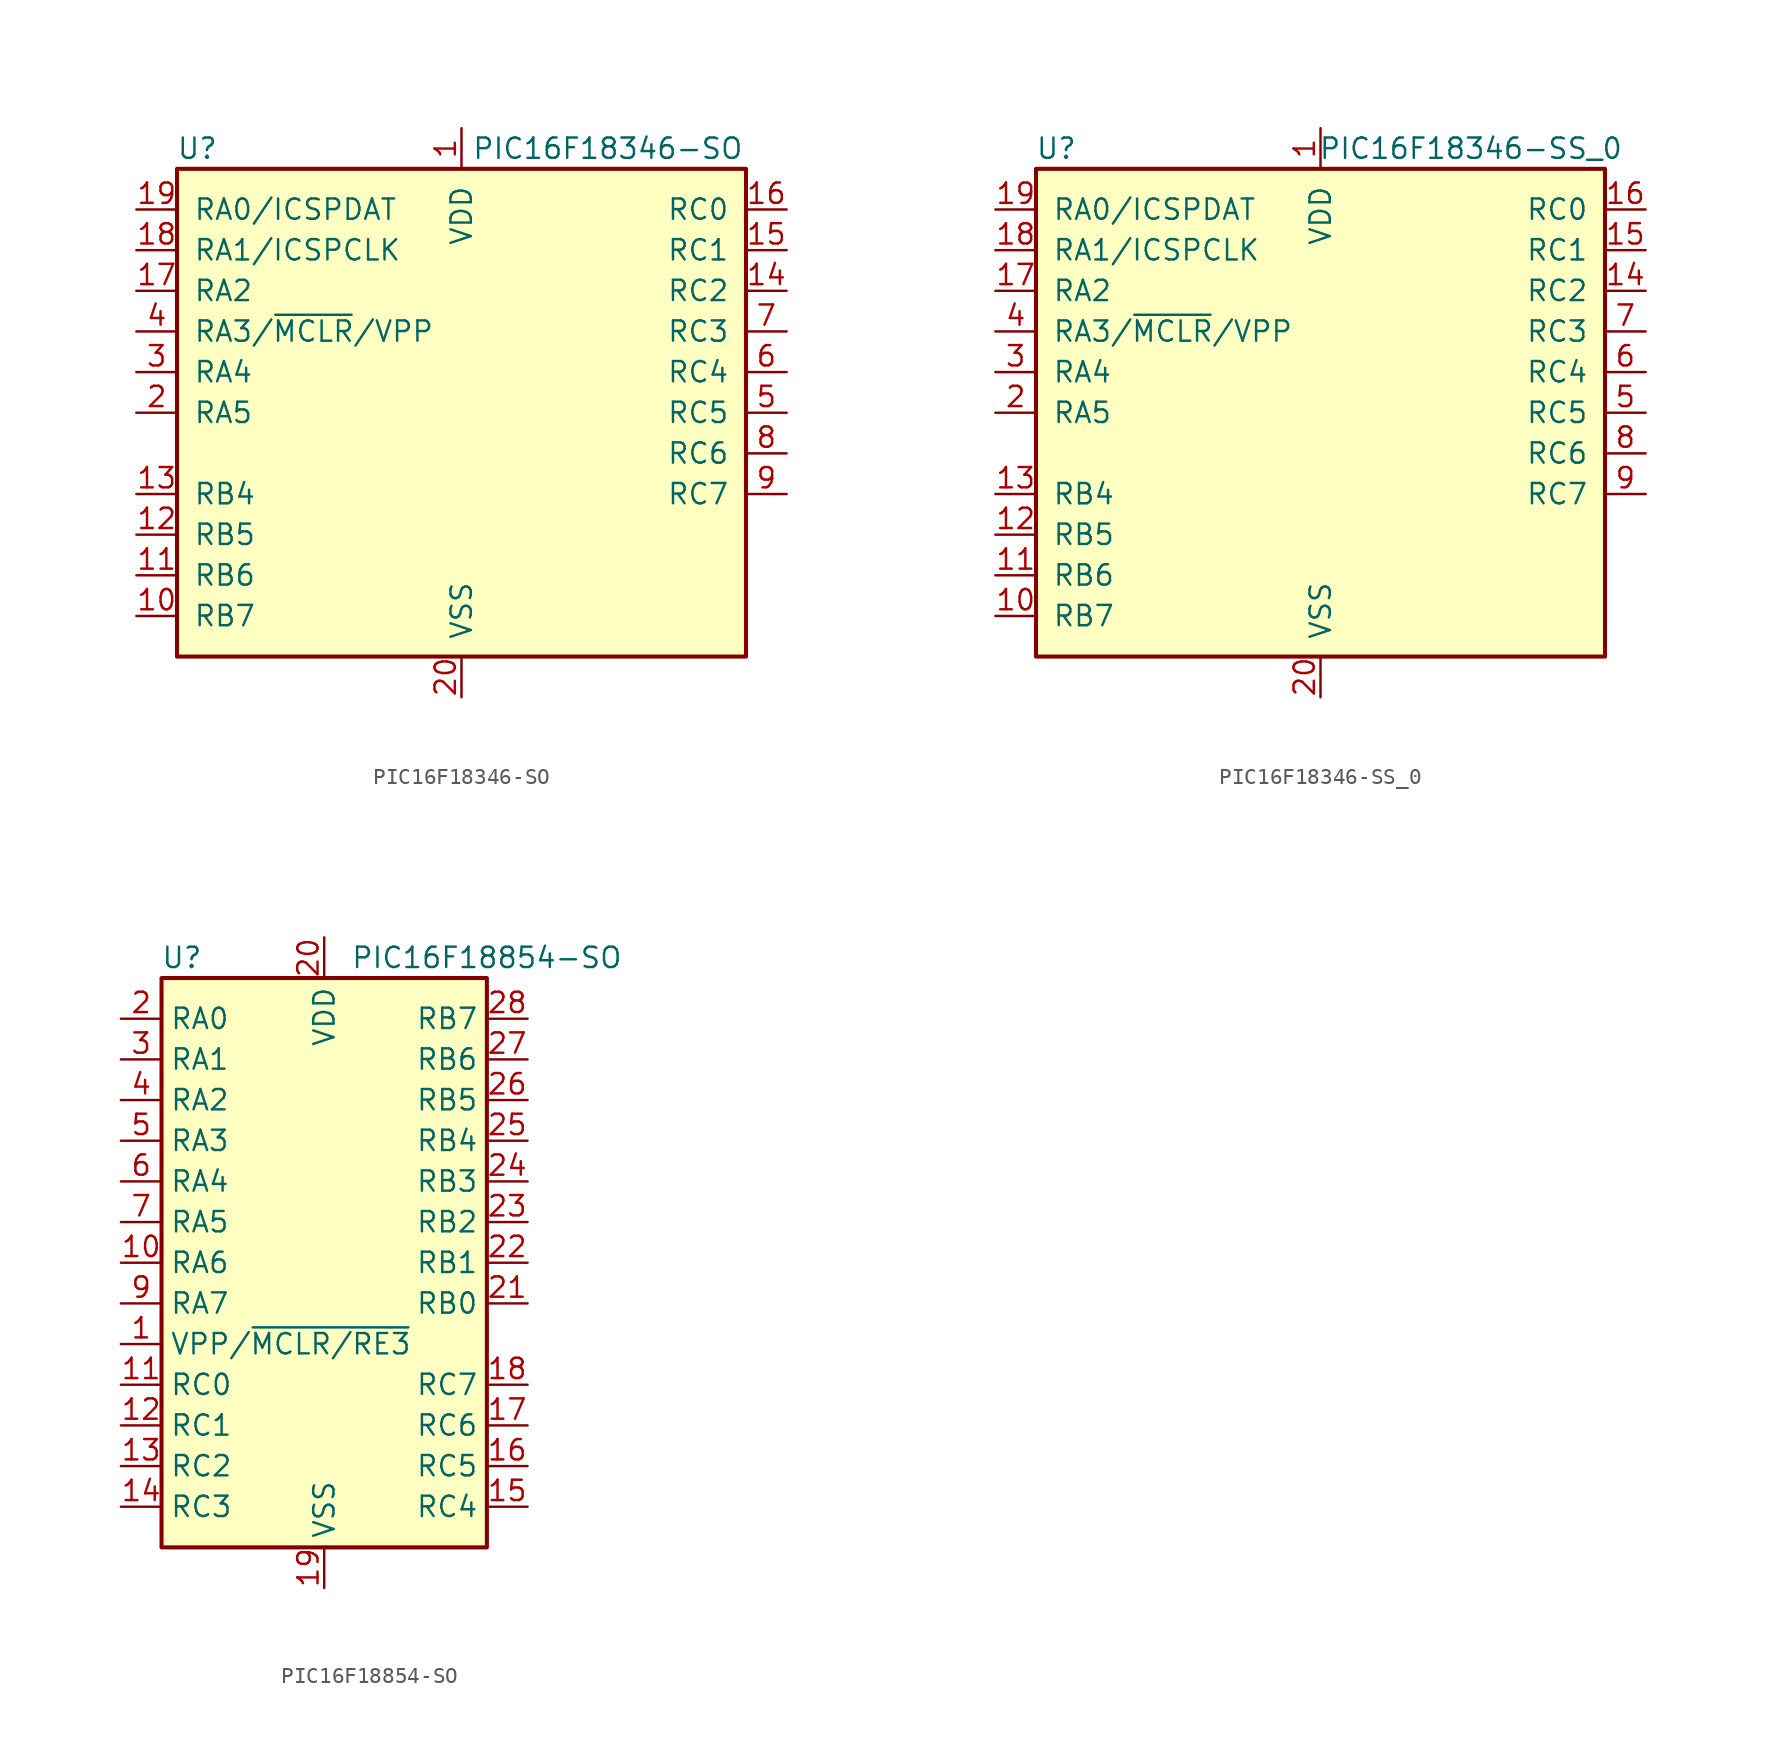
<source format=kicad_sym>
(kicad_symbol_lib
  (version 20201005)
  (generator kicad_symbol_editor)
  (symbol "PIC16F18346-SO"
    (pin_names
      (offset 1.016))
    (property "Reference" "U"
      (at -16.51 16.51 0)
      (effects (font (size 1.27 1.27))))
    (property "Value" "PIC16F18346-SO"
      (at 9.144 16.51 0)
      (effects (font (size 1.27 1.27))))
    (symbol "PIC16F18346-SO_0_1"
      (rectangle (start -17.78 15.24) (end 17.78 -15.24) (stroke (width 0.254)) (fill (type background))))
    (symbol "PIC16F18346-SO_1_1"
      (pin power_in line (at 0 17.78 270) (length 2.54) (name "VDD" (effects (font (size 1.27 1.27)))) (number "1" (effects (font (size 1.27 1.27)))))
      (pin bidirectional line (at -20.32 -12.7 0) (length 2.54) (name "RB7" (effects (font (size 1.27 1.27)))) (number "10" (effects (font (size 1.27 1.27)))))
      (pin bidirectional line (at -20.32 -10.16 0) (length 2.54) (name "RB6" (effects (font (size 1.27 1.27)))) (number "11" (effects (font (size 1.27 1.27)))))
      (pin bidirectional line (at -20.32 -7.62 0) (length 2.54) (name "RB5" (effects (font (size 1.27 1.27)))) (number "12" (effects (font (size 1.27 1.27)))))
      (pin bidirectional line (at -20.32 -5.08 0) (length 2.54) (name "RB4" (effects (font (size 1.27 1.27)))) (number "13" (effects (font (size 1.27 1.27)))))
      (pin bidirectional line (at 20.32 7.62 180) (length 2.54) (name "RC2" (effects (font (size 1.27 1.27)))) (number "14" (effects (font (size 1.27 1.27)))))
      (pin bidirectional line (at 20.32 10.16 180) (length 2.54) (name "RC1" (effects (font (size 1.27 1.27)))) (number "15" (effects (font (size 1.27 1.27)))))
      (pin bidirectional line (at 20.32 12.7 180) (length 2.54) (name "RC0" (effects (font (size 1.27 1.27)))) (number "16" (effects (font (size 1.27 1.27)))))
      (pin bidirectional line (at -20.32 7.62 0) (length 2.54) (name "RA2" (effects (font (size 1.27 1.27)))) (number "17" (effects (font (size 1.27 1.27)))))
      (pin bidirectional line (at -20.32 10.16 0) (length 2.54) (name "RA1/ICSPCLK" (effects (font (size 1.27 1.27)))) (number "18" (effects (font (size 1.27 1.27)))))
      (pin bidirectional line (at -20.32 12.7 0) (length 2.54) (name "RA0/ICSPDAT" (effects (font (size 1.27 1.27)))) (number "19" (effects (font (size 1.27 1.27)))))
      (pin bidirectional line (at -20.32 0 0) (length 2.54) (name "RA5" (effects (font (size 1.27 1.27)))) (number "2" (effects (font (size 1.27 1.27)))))
      (pin power_in line (at 0 -17.78 90) (length 2.54) (name "VSS" (effects (font (size 1.27 1.27)))) (number "20" (effects (font (size 1.27 1.27)))))
      (pin bidirectional line (at -20.32 2.54 0) (length 2.54) (name "RA4" (effects (font (size 1.27 1.27)))) (number "3" (effects (font (size 1.27 1.27)))))
      (pin bidirectional line (at -20.32 5.08 0) (length 2.54) (name "RA3/~MCLR~/VPP" (effects (font (size 1.27 1.27)))) (number "4" (effects (font (size 1.27 1.27)))))
      (pin bidirectional line (at 20.32 0 180) (length 2.54) (name "RC5" (effects (font (size 1.27 1.27)))) (number "5" (effects (font (size 1.27 1.27)))))
      (pin bidirectional line (at 20.32 2.54 180) (length 2.54) (name "RC4" (effects (font (size 1.27 1.27)))) (number "6" (effects (font (size 1.27 1.27)))))
      (pin bidirectional line (at 20.32 5.08 180) (length 2.54) (name "RC3" (effects (font (size 1.27 1.27)))) (number "7" (effects (font (size 1.27 1.27)))))
      (pin bidirectional line (at 20.32 -2.54 180) (length 2.54) (name "RC6" (effects (font (size 1.27 1.27)))) (number "8" (effects (font (size 1.27 1.27)))))
      (pin bidirectional line (at 20.32 -5.08 180) (length 2.54) (name "RC7" (effects (font (size 1.27 1.27)))) (number "9" (effects (font (size 1.27 1.27)))))))
  (symbol "PIC16F18346-SS_0"
    (pin_names
      (offset 1.016))
    (property "Reference" "U"
      (at -16.51 16.51 0)
      (effects (font (size 1.27 1.27))))
    (property "Value" "PIC16F18346-SS_0"
      (at 9.398 16.51 0)
      (effects (font (size 1.27 1.27))))
    (symbol "PIC16F18346-SS_0_0_1"
      (rectangle (start -17.78 15.24) (end 17.78 -15.24) (stroke (width 0.254)) (fill (type background))))
    (symbol "PIC16F18346-SS_0_1_1"
      (pin power_in line (at 0 17.78 270) (length 2.54) (name "VDD" (effects (font (size 1.27 1.27)))) (number "1" (effects (font (size 1.27 1.27)))))
      (pin bidirectional line (at -20.32 -12.7 0) (length 2.54) (name "RB7" (effects (font (size 1.27 1.27)))) (number "10" (effects (font (size 1.27 1.27)))))
      (pin bidirectional line (at -20.32 -10.16 0) (length 2.54) (name "RB6" (effects (font (size 1.27 1.27)))) (number "11" (effects (font (size 1.27 1.27)))))
      (pin bidirectional line (at -20.32 -7.62 0) (length 2.54) (name "RB5" (effects (font (size 1.27 1.27)))) (number "12" (effects (font (size 1.27 1.27)))))
      (pin bidirectional line (at -20.32 -5.08 0) (length 2.54) (name "RB4" (effects (font (size 1.27 1.27)))) (number "13" (effects (font (size 1.27 1.27)))))
      (pin bidirectional line (at 20.32 7.62 180) (length 2.54) (name "RC2" (effects (font (size 1.27 1.27)))) (number "14" (effects (font (size 1.27 1.27)))))
      (pin bidirectional line (at 20.32 10.16 180) (length 2.54) (name "RC1" (effects (font (size 1.27 1.27)))) (number "15" (effects (font (size 1.27 1.27)))))
      (pin bidirectional line (at 20.32 12.7 180) (length 2.54) (name "RC0" (effects (font (size 1.27 1.27)))) (number "16" (effects (font (size 1.27 1.27)))))
      (pin bidirectional line (at -20.32 7.62 0) (length 2.54) (name "RA2" (effects (font (size 1.27 1.27)))) (number "17" (effects (font (size 1.27 1.27)))))
      (pin bidirectional line (at -20.32 10.16 0) (length 2.54) (name "RA1/ICSPCLK" (effects (font (size 1.27 1.27)))) (number "18" (effects (font (size 1.27 1.27)))))
      (pin bidirectional line (at -20.32 12.7 0) (length 2.54) (name "RA0/ICSPDAT" (effects (font (size 1.27 1.27)))) (number "19" (effects (font (size 1.27 1.27)))))
      (pin bidirectional line (at -20.32 0 0) (length 2.54) (name "RA5" (effects (font (size 1.27 1.27)))) (number "2" (effects (font (size 1.27 1.27)))))
      (pin power_in line (at 0 -17.78 90) (length 2.54) (name "VSS" (effects (font (size 1.27 1.27)))) (number "20" (effects (font (size 1.27 1.27)))))
      (pin bidirectional line (at -20.32 2.54 0) (length 2.54) (name "RA4" (effects (font (size 1.27 1.27)))) (number "3" (effects (font (size 1.27 1.27)))))
      (pin bidirectional line (at -20.32 5.08 0) (length 2.54) (name "RA3/~MCLR~/VPP" (effects (font (size 1.27 1.27)))) (number "4" (effects (font (size 1.27 1.27)))))
      (pin bidirectional line (at 20.32 0 180) (length 2.54) (name "RC5" (effects (font (size 1.27 1.27)))) (number "5" (effects (font (size 1.27 1.27)))))
      (pin bidirectional line (at 20.32 2.54 180) (length 2.54) (name "RC4" (effects (font (size 1.27 1.27)))) (number "6" (effects (font (size 1.27 1.27)))))
      (pin bidirectional line (at 20.32 5.08 180) (length 2.54) (name "RC3" (effects (font (size 1.27 1.27)))) (number "7" (effects (font (size 1.27 1.27)))))
      (pin bidirectional line (at 20.32 -2.54 180) (length 2.54) (name "RC6" (effects (font (size 1.27 1.27)))) (number "8" (effects (font (size 1.27 1.27)))))
      (pin bidirectional line (at 20.32 -5.08 180) (length 2.54) (name "RC7" (effects (font (size 1.27 1.27)))) (number "9" (effects (font (size 1.27 1.27)))))))
  (symbol "PIC16F18854-SO"
    (property "Reference" "U"
      (at -8.89 19.05 0)
      (effects (font (size 1.27 1.27))))
    (property "Value" "PIC16F18854-SO"
      (at 10.16 19.05 0)
      (effects (font (size 1.27 1.27))))
    (symbol "PIC16F18854-SO_0_1"
      (rectangle (start -10.16 17.78) (end 10.16 -17.78) (stroke (width 0.254)) (fill (type background))))
    (symbol "PIC16F18854-SO_1_1"
      (pin input line (at -12.7 -5.08 0) (length 2.54) (name "VPP/~MCLR/RE3" (effects (font (size 1.27 1.27)))) (number "1" (effects (font (size 1.27 1.27)))))
      (pin bidirectional line (at -12.7 0 0) (length 2.54) (name "RA6" (effects (font (size 1.27 1.27)))) (number "10" (effects (font (size 1.27 1.27)))))
      (pin bidirectional line (at -12.7 -7.62 0) (length 2.54) (name "RC0" (effects (font (size 1.27 1.27)))) (number "11" (effects (font (size 1.27 1.27)))))
      (pin bidirectional line (at -12.7 -10.16 0) (length 2.54) (name "RC1" (effects (font (size 1.27 1.27)))) (number "12" (effects (font (size 1.27 1.27)))))
      (pin bidirectional line (at -12.7 -12.7 0) (length 2.54) (name "RC2" (effects (font (size 1.27 1.27)))) (number "13" (effects (font (size 1.27 1.27)))))
      (pin bidirectional line (at -12.7 -15.24 0) (length 2.54) (name "RC3" (effects (font (size 1.27 1.27)))) (number "14" (effects (font (size 1.27 1.27)))))
      (pin bidirectional line (at 12.7 -15.24 180) (length 2.54) (name "RC4" (effects (font (size 1.27 1.27)))) (number "15" (effects (font (size 1.27 1.27)))))
      (pin bidirectional line (at 12.7 -12.7 180) (length 2.54) (name "RC5" (effects (font (size 1.27 1.27)))) (number "16" (effects (font (size 1.27 1.27)))))
      (pin bidirectional line (at 12.7 -10.16 180) (length 2.54) (name "RC6" (effects (font (size 1.27 1.27)))) (number "17" (effects (font (size 1.27 1.27)))))
      (pin bidirectional line (at 12.7 -7.62 180) (length 2.54) (name "RC7" (effects (font (size 1.27 1.27)))) (number "18" (effects (font (size 1.27 1.27)))))
      (pin power_in line (at 0 -20.32 90) (length 2.54) (name "VSS" (effects (font (size 1.27 1.27)))) (number "19" (effects (font (size 1.27 1.27)))))
      (pin bidirectional line (at -12.7 15.24 0) (length 2.54) (name "RA0" (effects (font (size 1.27 1.27)))) (number "2" (effects (font (size 1.27 1.27)))))
      (pin power_in line (at 0 20.32 270) (length 2.54) (name "VDD" (effects (font (size 1.27 1.27)))) (number "20" (effects (font (size 1.27 1.27)))))
      (pin bidirectional line (at 12.7 -2.54 180) (length 2.54) (name "RB0" (effects (font (size 1.27 1.27)))) (number "21" (effects (font (size 1.27 1.27)))))
      (pin bidirectional line (at 12.7 0 180) (length 2.54) (name "RB1" (effects (font (size 1.27 1.27)))) (number "22" (effects (font (size 1.27 1.27)))))
      (pin bidirectional line (at 12.7 2.54 180) (length 2.54) (name "RB2" (effects (font (size 1.27 1.27)))) (number "23" (effects (font (size 1.27 1.27)))))
      (pin bidirectional line (at 12.7 5.08 180) (length 2.54) (name "RB3" (effects (font (size 1.27 1.27)))) (number "24" (effects (font (size 1.27 1.27)))))
      (pin bidirectional line (at 12.7 7.62 180) (length 2.54) (name "RB4" (effects (font (size 1.27 1.27)))) (number "25" (effects (font (size 1.27 1.27)))))
      (pin bidirectional line (at 12.7 10.16 180) (length 2.54) (name "RB5" (effects (font (size 1.27 1.27)))) (number "26" (effects (font (size 1.27 1.27)))))
      (pin bidirectional line (at 12.7 12.7 180) (length 2.54) (name "RB6" (effects (font (size 1.27 1.27)))) (number "27" (effects (font (size 1.27 1.27)))))
      (pin bidirectional line (at 12.7 15.24 180) (length 2.54) (name "RB7" (effects (font (size 1.27 1.27)))) (number "28" (effects (font (size 1.27 1.27)))))
      (pin bidirectional line (at -12.7 12.7 0) (length 2.54) (name "RA1" (effects (font (size 1.27 1.27)))) (number "3" (effects (font (size 1.27 1.27)))))
      (pin bidirectional line (at -12.7 10.16 0) (length 2.54) (name "RA2" (effects (font (size 1.27 1.27)))) (number "4" (effects (font (size 1.27 1.27)))))
      (pin bidirectional line (at -12.7 7.62 0) (length 2.54) (name "RA3" (effects (font (size 1.27 1.27)))) (number "5" (effects (font (size 1.27 1.27)))))
      (pin bidirectional line (at -12.7 5.08 0) (length 2.54) (name "RA4" (effects (font (size 1.27 1.27)))) (number "6" (effects (font (size 1.27 1.27)))))
      (pin bidirectional line (at -12.7 2.54 0) (length 2.54) (name "RA5" (effects (font (size 1.27 1.27)))) (number "7" (effects (font (size 1.27 1.27)))))
      (pin passive line (at 0 -20.32 90) (length 2.54) hide (name "VSS" (effects (font (size 1.27 1.27)))) (number "8" (effects (font (size 1.27 1.27)))))
      (pin bidirectional line (at -12.7 -2.54 0) (length 2.54) (name "RA7" (effects (font (size 1.27 1.27)))) (number "9" (effects (font (size 1.27 1.27))))))))
</source>
